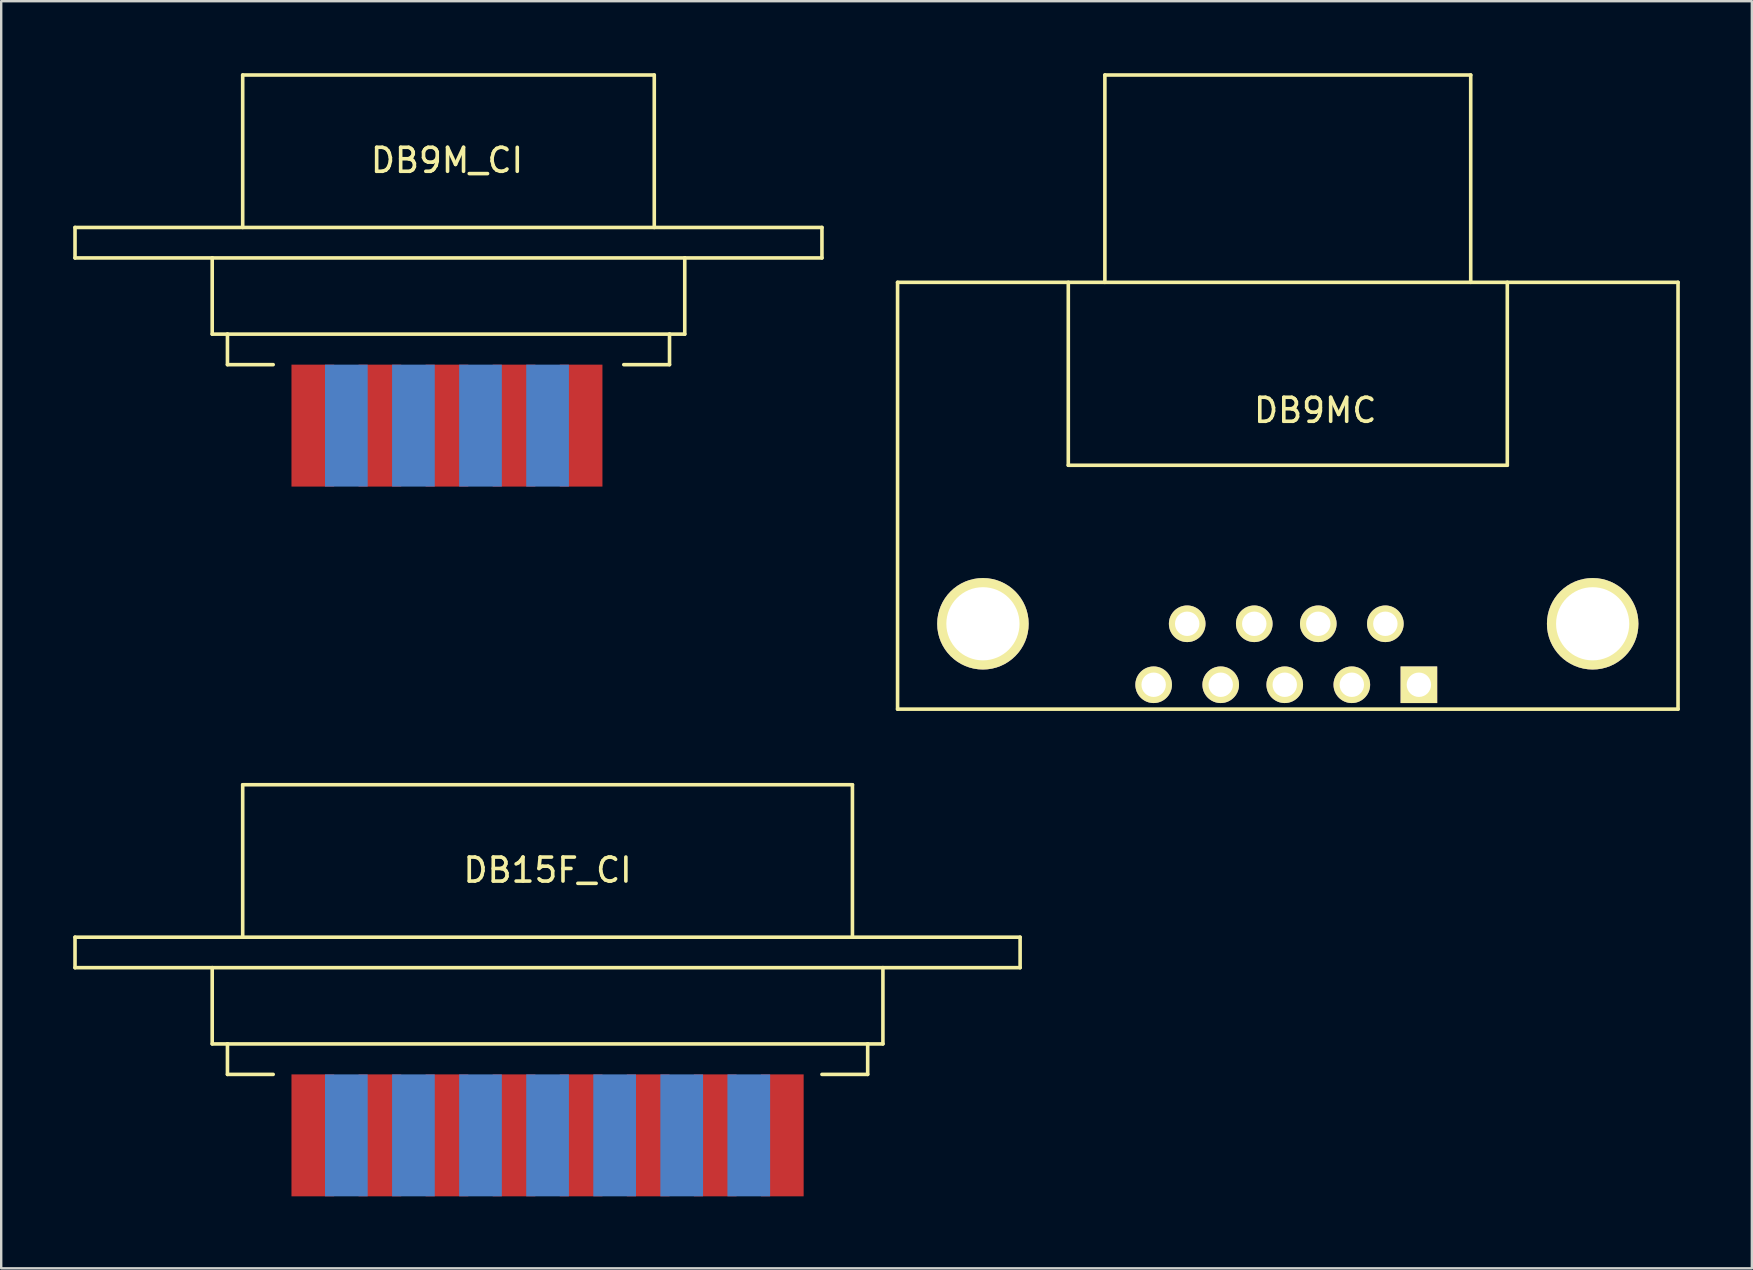
<source format=kicad_pcb>
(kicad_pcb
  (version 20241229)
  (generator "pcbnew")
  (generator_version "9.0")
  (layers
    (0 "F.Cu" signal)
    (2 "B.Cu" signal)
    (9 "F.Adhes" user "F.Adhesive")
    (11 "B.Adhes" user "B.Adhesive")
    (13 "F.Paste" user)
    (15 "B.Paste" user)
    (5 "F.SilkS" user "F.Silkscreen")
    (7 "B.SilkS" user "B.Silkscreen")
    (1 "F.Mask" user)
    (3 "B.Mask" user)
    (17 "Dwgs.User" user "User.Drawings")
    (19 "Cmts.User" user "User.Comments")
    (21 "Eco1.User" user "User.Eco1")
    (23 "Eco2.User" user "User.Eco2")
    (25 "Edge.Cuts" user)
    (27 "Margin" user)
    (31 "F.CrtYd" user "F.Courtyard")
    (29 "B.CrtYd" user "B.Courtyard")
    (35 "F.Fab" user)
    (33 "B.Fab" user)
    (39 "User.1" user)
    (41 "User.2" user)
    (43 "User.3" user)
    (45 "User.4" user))
  (footprint "DB15F_CI"
    (layer "F.Cu")
    (at 19.76 41.579)
    (property "Reference" "DB15F_CI" (at 0 -8.382 0) (layer "F.SilkS") (effects (font (size 1 1) (thickness 0.15))))
    (attr through_hole)
    (fp_line (start -19.685 -5.588) (end 19.685 -5.588) (stroke (width 0.15) (type solid)) (layer "F.SilkS"))
    (fp_line (start -19.685 -4.318) (end -19.685 -5.588) (stroke (width 0.15) (type solid)) (layer "F.SilkS"))
    (fp_line (start -13.97 -4.318) (end -19.685 -4.318) (stroke (width 0.15) (type solid)) (layer "F.SilkS"))
    (fp_line (start -13.97 -4.318) (end 13.97 -4.318) (stroke (width 0.15) (type solid)) (layer "F.SilkS"))
    (fp_line (start -13.97 -1.143) (end -13.97 -4.318) (stroke (width 0.15) (type solid)) (layer "F.SilkS"))
    (fp_line (start -13.335 -1.143) (end -13.97 -1.143) (stroke (width 0.15) (type solid)) (layer "F.SilkS"))
    (fp_line (start -13.335 -1.143) (end 13.335 -1.143) (stroke (width 0.15) (type solid)) (layer "F.SilkS"))
    (fp_line (start -13.335 0.127) (end -13.335 -1.143) (stroke (width 0.15) (type solid)) (layer "F.SilkS"))
    (fp_line (start -12.7 -11.938) (end 12.7 -11.938) (stroke (width 0.15) (type solid)) (layer "F.SilkS"))
    (fp_line (start -12.7 -5.588) (end -12.7 -11.938) (stroke (width 0.15) (type solid)) (layer "F.SilkS"))
    (fp_line (start -11.43 0.127) (end -13.335 0.127) (stroke (width 0.15) (type solid)) (layer "F.SilkS"))
    (fp_line (start 12.7 -11.938) (end 12.7 -5.588) (stroke (width 0.15) (type solid)) (layer "F.SilkS"))
    (fp_line (start 13.335 -1.143) (end 13.335 0.127) (stroke (width 0.15) (type solid)) (layer "F.SilkS"))
    (fp_line (start 13.335 0.127) (end 11.43 0.127) (stroke (width 0.15) (type solid)) (layer "F.SilkS"))
    (fp_line (start 13.97 -4.318) (end 13.97 -1.143) (stroke (width 0.15) (type solid)) (layer "F.SilkS"))
    (fp_line (start 13.97 -1.143) (end 13.335 -1.143) (stroke (width 0.15) (type solid)) (layer "F.SilkS"))
    (fp_line (start 19.685 -5.588) (end 19.685 -4.318) (stroke (width 0.15) (type solid)) (layer "F.SilkS"))
    (fp_line (start 19.685 -4.318) (end 13.97 -4.318) (stroke (width 0.15) (type solid)) (layer "F.SilkS"))
    (pad "1" connect rect (at -9.779 2.667) (size 1.778 5.08) (layers "F.Cu" "F.Mask"))
    (pad "2" connect rect (at -6.985 2.667) (size 1.778 5.08) (layers "F.Cu" "F.Mask"))
    (pad "3" connect rect (at -4.191 2.667) (size 1.778 5.08) (layers "F.Cu" "F.Mask"))
    (pad "4" connect rect (at -1.397 2.667) (size 1.778 5.08) (layers "F.Cu" "F.Mask"))
    (pad "5" connect rect (at 1.397 2.667) (size 1.778 5.08) (layers "F.Cu" "F.Mask"))
    (pad "6" connect rect (at 4.191 2.667) (size 1.778 5.08) (layers "F.Cu" "F.Mask"))
    (pad "7" connect rect (at 6.985 2.667) (size 1.778 5.08) (layers "F.Cu" "F.Mask"))
    (pad "8" connect rect (at 9.779 2.667) (size 1.778 5.08) (layers "F.Cu" "F.Mask"))
    (pad "9" connect rect (at -8.382 2.667) (size 1.778 5.08) (layers "B.Cu" "B.Mask"))
    (pad "10" connect rect (at -5.588 2.667) (size 1.778 5.08) (layers "B.Cu" "B.Mask"))
    (pad "11" connect rect (at -2.794 2.667) (size 1.778 5.08) (layers "B.Cu" "B.Mask"))
    (pad "12" connect rect (at 0 2.667) (size 1.778 5.08) (layers "B.Cu" "B.Mask"))
    (pad "13" connect rect (at 2.794 2.667) (size 1.778 5.08) (layers "B.Cu" "B.Mask"))
    (pad "14" connect rect (at 5.588 2.667) (size 1.778 5.08) (layers "B.Cu" "B.Mask"))
    (pad "15" connect rect (at 8.382 2.667) (size 1.778 5.08) (layers "B.Cu" "B.Mask")))
  (footprint "DB9MC"
    (layer "F.Cu")
    (at 50.469 24.205)
    (property "Reference" "DB9MC" (at 1.27 -10.16 0) (layer "F.SilkS") (effects (font (size 1 1) (thickness 0.15))))
    (attr through_hole)
    (fp_line (start -16.129 -15.494) (end -16.129 2.286) (stroke (width 0.15) (type solid)) (layer "F.SilkS"))
    (fp_line (start -16.129 2.286) (end 16.383 2.286) (stroke (width 0.15) (type solid)) (layer "F.SilkS"))
    (fp_line (start -9.017 -15.494) (end -9.017 -7.874) (stroke (width 0.15) (type solid)) (layer "F.SilkS"))
    (fp_line (start -9.017 -7.874) (end 9.271 -7.874) (stroke (width 0.15) (type solid)) (layer "F.SilkS"))
    (fp_line (start -7.493 -24.13) (end 7.747 -24.13) (stroke (width 0.15) (type solid)) (layer "F.SilkS"))
    (fp_line (start -7.493 -15.494) (end -7.493 -24.13) (stroke (width 0.15) (type solid)) (layer "F.SilkS"))
    (fp_line (start 7.747 -24.13) (end 7.747 -15.494) (stroke (width 0.15) (type solid)) (layer "F.SilkS"))
    (fp_line (start 9.271 -7.874) (end 9.271 -15.494) (stroke (width 0.15) (type solid)) (layer "F.SilkS"))
    (fp_line (start 16.383 -15.494) (end -16.129 -15.494) (stroke (width 0.15) (type solid)) (layer "F.SilkS"))
    (fp_line (start 16.383 2.286) (end 16.383 -15.494) (stroke (width 0.15) (type solid)) (layer "F.SilkS"))
    (pad "" thru_hole circle (at -12.573 -1.27) (size 3.81 3.81) (drill 3.048) (layers "*.Cu" "*.Mask" "F.SilkS"))
    (pad "" thru_hole circle (at 12.827 -1.27) (size 3.81 3.81) (drill 3.048) (layers "*.Cu" "*.Mask" "F.SilkS"))
    (pad "1" thru_hole rect (at 5.588 1.27) (size 1.524 1.524) (drill 1.016) (layers "*.Cu" "*.Mask" "F.SilkS"))
    (pad "2" thru_hole circle (at 2.794 1.27) (size 1.524 1.524) (drill 1.016) (layers "*.Cu" "*.Mask" "F.SilkS"))
    (pad "3" thru_hole circle (at 0 1.27) (size 1.524 1.524) (drill 1.016) (layers "*.Cu" "*.Mask" "F.SilkS"))
    (pad "4" thru_hole circle (at -2.667 1.27) (size 1.524 1.524) (drill 1.016) (layers "*.Cu" "*.Mask" "F.SilkS"))
    (pad "5" thru_hole circle (at -5.461 1.27) (size 1.524 1.524) (drill 1.016) (layers "*.Cu" "*.Mask" "F.SilkS"))
    (pad "6" thru_hole circle (at 4.191 -1.27) (size 1.524 1.524) (drill 1.016) (layers "*.Cu" "*.Mask" "F.SilkS"))
    (pad "7" thru_hole circle (at 1.397 -1.27) (size 1.524 1.524) (drill 1.016) (layers "*.Cu" "*.Mask" "F.SilkS"))
    (pad "8" thru_hole circle (at -1.27 -1.27) (size 1.524 1.524) (drill 1.016) (layers "*.Cu" "*.Mask" "F.SilkS"))
    (pad "9" thru_hole circle (at -4.064 -1.27) (size 1.524 1.524) (drill 1.016) (layers "*.Cu" "*.Mask" "F.SilkS")))
  (footprint "DB9M_CI"
    (layer "F.Cu")
    (at 15.569 12.013)
    (property "Reference" "DB9M_CI" (at 0 -8.382 0) (layer "F.SilkS") (effects (font (size 1 1) (thickness 0.15))))
    (attr through_hole)
    (fp_line (start -15.494 -5.588) (end 15.621 -5.588) (stroke (width 0.15) (type solid)) (layer "F.SilkS"))
    (fp_line (start -15.494 -4.318) (end -15.494 -5.588) (stroke (width 0.15) (type solid)) (layer "F.SilkS"))
    (fp_line (start -9.779 -4.318) (end -15.494 -4.318) (stroke (width 0.15) (type solid)) (layer "F.SilkS"))
    (fp_line (start -9.779 -1.143) (end -9.779 -4.318) (stroke (width 0.15) (type solid)) (layer "F.SilkS"))
    (fp_line (start -9.144 -1.143) (end -9.779 -1.143) (stroke (width 0.15) (type solid)) (layer "F.SilkS"))
    (fp_line (start -9.144 0.127) (end -9.144 -1.143) (stroke (width 0.15) (type solid)) (layer "F.SilkS"))
    (fp_line (start -8.509 -11.938) (end 8.636 -11.938) (stroke (width 0.15) (type solid)) (layer "F.SilkS"))
    (fp_line (start -8.509 -5.588) (end -8.509 -11.938) (stroke (width 0.15) (type solid)) (layer "F.SilkS"))
    (fp_line (start -7.239 0.127) (end -9.144 0.127) (stroke (width 0.15) (type solid)) (layer "F.SilkS"))
    (fp_line (start 7.366 0.127) (end 9.271 0.127) (stroke (width 0.15) (type solid)) (layer "F.SilkS"))
    (fp_line (start 8.636 -5.588) (end 8.636 -11.938) (stroke (width 0.15) (type solid)) (layer "F.SilkS"))
    (fp_line (start 9.271 -1.143) (end -9.144 -1.143) (stroke (width 0.15) (type solid)) (layer "F.SilkS"))
    (fp_line (start 9.271 0.127) (end 9.271 -1.143) (stroke (width 0.15) (type solid)) (layer "F.SilkS"))
    (fp_line (start 9.906 -4.318) (end -9.779 -4.318) (stroke (width 0.15) (type solid)) (layer "F.SilkS"))
    (fp_line (start 9.906 -1.143) (end 9.271 -1.143) (stroke (width 0.15) (type solid)) (layer "F.SilkS"))
    (fp_line (start 9.906 -1.143) (end 9.906 -4.318) (stroke (width 0.15) (type solid)) (layer "F.SilkS"))
    (fp_line (start 15.621 -4.318) (end 9.906 -4.318) (stroke (width 0.15) (type solid)) (layer "F.SilkS"))
    (fp_line (start 15.621 -4.318) (end 15.621 -5.588) (stroke (width 0.15) (type solid)) (layer "F.SilkS"))
    (pad "1" connect rect (at 5.588 2.667) (size 1.778 5.08) (layers "F.Cu" "F.Mask"))
    (pad "2" connect rect (at 2.794 2.667) (size 1.778 5.08) (layers "F.Cu" "F.Mask"))
    (pad "3" connect rect (at 0 2.667) (size 1.778 5.08) (layers "F.Cu" "F.Mask"))
    (pad "4" connect rect (at -2.794 2.667) (size 1.778 5.08) (layers "F.Cu" "F.Mask"))
    (pad "5" connect rect (at -5.588 2.667) (size 1.778 5.08) (layers "F.Cu" "F.Mask"))
    (pad "6" connect rect (at 4.191 2.667) (size 1.778 5.08) (layers "B.Cu" "B.Mask"))
    (pad "7" connect rect (at 1.397 2.667) (size 1.778 5.08) (layers "B.Cu" "B.Mask"))
    (pad "8" connect rect (at -1.397 2.667) (size 1.778 5.08) (layers "B.Cu" "B.Mask"))
    (pad "9" connect rect (at -4.191 2.667) (size 1.778 5.08) (layers "B.Cu" "B.Mask")))
  (gr_rect
    (start -3 -3)
    (end 69.927 49.786)
    (stroke (width 0.1) (type default))
    (fill no)
    (layer "Edge.Cuts")))
</source>
